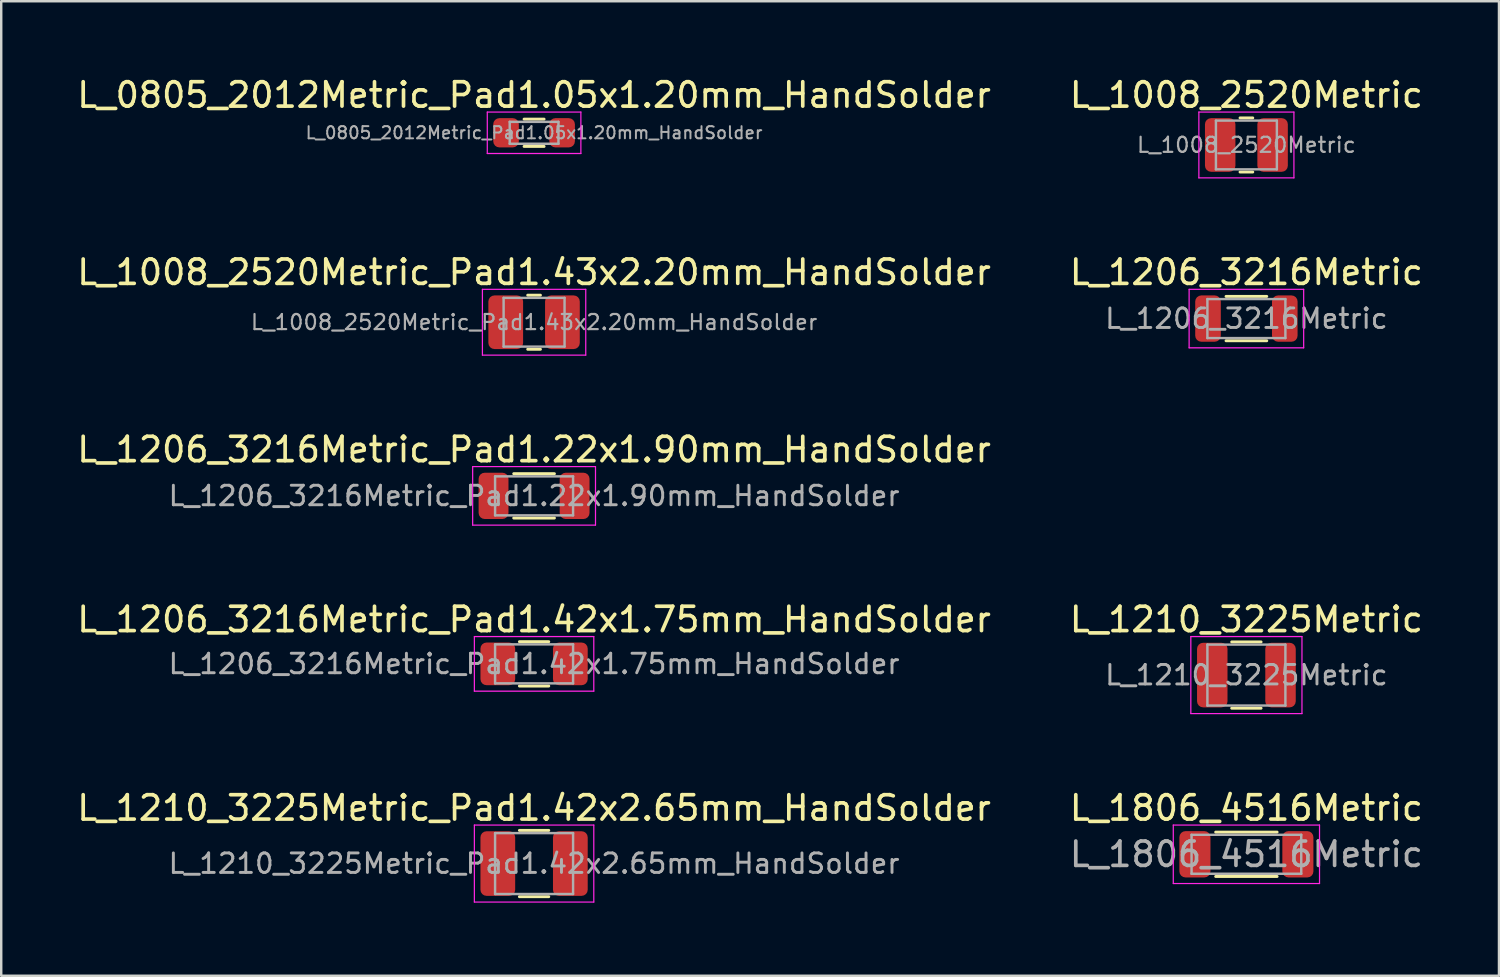
<source format=kicad_pcb>
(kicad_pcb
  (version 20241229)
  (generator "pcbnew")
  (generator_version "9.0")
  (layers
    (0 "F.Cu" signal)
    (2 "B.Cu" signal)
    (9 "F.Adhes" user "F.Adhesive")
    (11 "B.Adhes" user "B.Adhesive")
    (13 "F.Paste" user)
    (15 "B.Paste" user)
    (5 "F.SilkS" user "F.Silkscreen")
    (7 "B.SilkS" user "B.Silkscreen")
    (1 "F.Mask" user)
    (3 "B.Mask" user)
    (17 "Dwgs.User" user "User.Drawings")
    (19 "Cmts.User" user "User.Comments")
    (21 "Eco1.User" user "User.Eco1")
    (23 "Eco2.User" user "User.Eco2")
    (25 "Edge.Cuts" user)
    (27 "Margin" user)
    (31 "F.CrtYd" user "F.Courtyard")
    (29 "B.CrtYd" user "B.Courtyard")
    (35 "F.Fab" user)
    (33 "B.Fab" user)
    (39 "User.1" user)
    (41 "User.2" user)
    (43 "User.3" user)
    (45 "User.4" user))
  (footprint "L_1206_3216Metric_Pad1.22x1.90mm_HandSolder"
    (layer "F.Cu")
    (at 18.863 17.295)
    (property "Reference" "L_1206_3216Metric_Pad1.22x1.90mm_HandSolder" (at 0 -1.9 0) (layer "F.SilkS") (effects (font (size 1 1) (thickness 0.15))))
    (attr smd)
    (fp_line (start -0.835 -0.91) (end 0.835 -0.91) (stroke (width 0.12) (type solid)) (layer "F.SilkS"))
    (fp_line (start -0.835 0.91) (end 0.835 0.91) (stroke (width 0.12) (type solid)) (layer "F.SilkS"))
    (fp_line (start -2.52 -1.2) (end 2.52 -1.2) (stroke (width 0.05) (type solid)) (layer "F.CrtYd"))
    (fp_line (start -2.52 1.2) (end -2.52 -1.2) (stroke (width 0.05) (type solid)) (layer "F.CrtYd"))
    (fp_line (start 2.52 -1.2) (end 2.52 1.2) (stroke (width 0.05) (type solid)) (layer "F.CrtYd"))
    (fp_line (start 2.52 1.2) (end -2.52 1.2) (stroke (width 0.05) (type solid)) (layer "F.CrtYd"))
    (fp_line (start -1.6 -0.8) (end 1.6 -0.8) (stroke (width 0.1) (type solid)) (layer "F.Fab"))
    (fp_line (start -1.6 0.8) (end -1.6 -0.8) (stroke (width 0.1) (type solid)) (layer "F.Fab"))
    (fp_line (start 1.6 -0.8) (end 1.6 0.8) (stroke (width 0.1) (type solid)) (layer "F.Fab"))
    (fp_line (start 1.6 0.8) (end -1.6 0.8) (stroke (width 0.1) (type solid)) (layer "F.Fab"))
    (fp_text user "${REFERENCE}" (at 0 0 0) (layer "F.Fab") (effects (font (size 0.8 0.8) (thickness 0.12))))
    (pad "1" smd roundrect (at -1.663 0) (size 1.225 1.9) (layers "F.Cu" "F.Mask" "F.Paste") (roundrect_rratio 0.204))
    (pad "2" smd roundrect (at 1.663 0) (size 1.225 1.9) (layers "F.Cu" "F.Mask" "F.Paste") (roundrect_rratio 0.204)))
  (footprint "L_1008_2520Metric_Pad1.43x2.20mm_HandSolder"
    (layer "F.Cu")
    (at 18.863 10.171)
    (property "Reference" "L_1008_2520Metric_Pad1.43x2.20mm_HandSolder" (at 0 -2.05 0) (layer "F.SilkS") (effects (font (size 1 1) (thickness 0.15))))
    (attr smd)
    (fp_line (start -0.261 -1.11) (end 0.261 -1.11) (stroke (width 0.12) (type solid)) (layer "F.SilkS"))
    (fp_line (start -0.261 1.11) (end 0.261 1.11) (stroke (width 0.12) (type solid)) (layer "F.SilkS"))
    (fp_line (start -2.12 -1.35) (end 2.12 -1.35) (stroke (width 0.05) (type solid)) (layer "F.CrtYd"))
    (fp_line (start -2.12 1.35) (end -2.12 -1.35) (stroke (width 0.05) (type solid)) (layer "F.CrtYd"))
    (fp_line (start 2.12 -1.35) (end 2.12 1.35) (stroke (width 0.05) (type solid)) (layer "F.CrtYd"))
    (fp_line (start 2.12 1.35) (end -2.12 1.35) (stroke (width 0.05) (type solid)) (layer "F.CrtYd"))
    (fp_line (start -1.25 -1) (end 1.25 -1) (stroke (width 0.1) (type solid)) (layer "F.Fab"))
    (fp_line (start -1.25 1) (end -1.25 -1) (stroke (width 0.1) (type solid)) (layer "F.Fab"))
    (fp_line (start 1.25 -1) (end 1.25 1) (stroke (width 0.1) (type solid)) (layer "F.Fab"))
    (fp_line (start 1.25 1) (end -1.25 1) (stroke (width 0.1) (type solid)) (layer "F.Fab"))
    (fp_text user "${REFERENCE}" (at 0 0 0) (layer "F.Fab") (effects (font (size 0.62 0.62) (thickness 0.09))))
    (pad "1" smd roundrect (at -1.163 0) (size 1.425 2.2) (layers "F.Cu" "F.Mask" "F.Paste") (roundrect_rratio 0.175))
    (pad "2" smd roundrect (at 1.163 0) (size 1.425 2.2) (layers "F.Cu" "F.Mask" "F.Paste") (roundrect_rratio 0.175)))
  (footprint "L_0805_2012Metric_Pad1.05x1.20mm_HandSolder"
    (layer "F.Cu")
    (at 18.863 2.398)
    (property "Reference" "L_0805_2012Metric_Pad1.05x1.20mm_HandSolder" (at 0 -1.55 0) (layer "F.SilkS") (effects (font (size 1 1) (thickness 0.15))))
    (attr smd)
    (fp_line (start -0.41 -0.56) (end 0.41 -0.56) (stroke (width 0.12) (type solid)) (layer "F.SilkS"))
    (fp_line (start -0.41 0.56) (end 0.41 0.56) (stroke (width 0.12) (type solid)) (layer "F.SilkS"))
    (fp_line (start -1.92 -0.85) (end 1.92 -0.85) (stroke (width 0.05) (type solid)) (layer "F.CrtYd"))
    (fp_line (start -1.92 0.85) (end -1.92 -0.85) (stroke (width 0.05) (type solid)) (layer "F.CrtYd"))
    (fp_line (start 1.92 -0.85) (end 1.92 0.85) (stroke (width 0.05) (type solid)) (layer "F.CrtYd"))
    (fp_line (start 1.92 0.85) (end -1.92 0.85) (stroke (width 0.05) (type solid)) (layer "F.CrtYd"))
    (fp_line (start -1 -0.45) (end 1 -0.45) (stroke (width 0.1) (type solid)) (layer "F.Fab"))
    (fp_line (start -1 0.45) (end -1 -0.45) (stroke (width 0.1) (type solid)) (layer "F.Fab"))
    (fp_line (start 1 -0.45) (end 1 0.45) (stroke (width 0.1) (type solid)) (layer "F.Fab"))
    (fp_line (start 1 0.45) (end -1 0.45) (stroke (width 0.1) (type solid)) (layer "F.Fab"))
    (fp_text user "${REFERENCE}" (at 0 0 0) (layer "F.Fab") (effects (font (size 0.5 0.5) (thickness 0.08))))
    (pad "1" smd roundrect (at -1.15 0) (size 1.05 1.2) (layers "F.Cu" "F.Mask" "F.Paste") (roundrect_rratio 0.238))
    (pad "2" smd roundrect (at 1.15 0) (size 1.05 1.2) (layers "F.Cu" "F.Mask" "F.Paste") (roundrect_rratio 0.238)))
  (footprint "L_1008_2520Metric"
    (layer "F.Cu")
    (at 48.089 2.898)
    (property "Reference" "L_1008_2520Metric" (at 0 -2.05 0) (layer "F.SilkS") (effects (font (size 1 1) (thickness 0.15))))
    (attr smd)
    (fp_line (start -0.261 -1.11) (end 0.261 -1.11) (stroke (width 0.12) (type solid)) (layer "F.SilkS"))
    (fp_line (start -0.261 1.11) (end 0.261 1.11) (stroke (width 0.12) (type solid)) (layer "F.SilkS"))
    (fp_line (start -1.95 -1.35) (end 1.95 -1.35) (stroke (width 0.05) (type solid)) (layer "F.CrtYd"))
    (fp_line (start -1.95 1.35) (end -1.95 -1.35) (stroke (width 0.05) (type solid)) (layer "F.CrtYd"))
    (fp_line (start 1.95 -1.35) (end 1.95 1.35) (stroke (width 0.05) (type solid)) (layer "F.CrtYd"))
    (fp_line (start 1.95 1.35) (end -1.95 1.35) (stroke (width 0.05) (type solid)) (layer "F.CrtYd"))
    (fp_line (start -1.25 -1) (end 1.25 -1) (stroke (width 0.1) (type solid)) (layer "F.Fab"))
    (fp_line (start -1.25 1) (end -1.25 -1) (stroke (width 0.1) (type solid)) (layer "F.Fab"))
    (fp_line (start 1.25 -1) (end 1.25 1) (stroke (width 0.1) (type solid)) (layer "F.Fab"))
    (fp_line (start 1.25 1) (end -1.25 1) (stroke (width 0.1) (type solid)) (layer "F.Fab"))
    (fp_text user "${REFERENCE}" (at 0 0 0) (layer "F.Fab") (effects (font (size 0.62 0.62) (thickness 0.09))))
    (pad "1" smd roundrect (at -1.075 0) (size 1.25 2.2) (layers "F.Cu" "F.Mask" "F.Paste") (roundrect_rratio 0.2))
    (pad "2" smd roundrect (at 1.075 0) (size 1.25 2.2) (layers "F.Cu" "F.Mask" "F.Paste") (roundrect_rratio 0.2)))
  (footprint "L_1210_3225Metric"
    (layer "F.Cu")
    (at 48.089 24.648)
    (property "Reference" "L_1210_3225Metric" (at 0 -2.28 0) (layer "F.SilkS") (effects (font (size 1 1) (thickness 0.15))))
    (attr smd)
    (fp_line (start -0.602 -1.36) (end 0.602 -1.36) (stroke (width 0.12) (type solid)) (layer "F.SilkS"))
    (fp_line (start -0.602 1.36) (end 0.602 1.36) (stroke (width 0.12) (type solid)) (layer "F.SilkS"))
    (fp_line (start -2.28 -1.58) (end 2.28 -1.58) (stroke (width 0.05) (type solid)) (layer "F.CrtYd"))
    (fp_line (start -2.28 1.58) (end -2.28 -1.58) (stroke (width 0.05) (type solid)) (layer "F.CrtYd"))
    (fp_line (start 2.28 -1.58) (end 2.28 1.58) (stroke (width 0.05) (type solid)) (layer "F.CrtYd"))
    (fp_line (start 2.28 1.58) (end -2.28 1.58) (stroke (width 0.05) (type solid)) (layer "F.CrtYd"))
    (fp_line (start -1.6 -1.25) (end 1.6 -1.25) (stroke (width 0.1) (type solid)) (layer "F.Fab"))
    (fp_line (start -1.6 1.25) (end -1.6 -1.25) (stroke (width 0.1) (type solid)) (layer "F.Fab"))
    (fp_line (start 1.6 -1.25) (end 1.6 1.25) (stroke (width 0.1) (type solid)) (layer "F.Fab"))
    (fp_line (start 1.6 1.25) (end -1.6 1.25) (stroke (width 0.1) (type solid)) (layer "F.Fab"))
    (fp_text user "${REFERENCE}" (at 0 0 0) (layer "F.Fab") (effects (font (size 0.8 0.8) (thickness 0.12))))
    (pad "1" smd roundrect (at -1.4 0) (size 1.25 2.65) (layers "F.Cu" "F.Mask" "F.Paste") (roundrect_rratio 0.2))
    (pad "2" smd roundrect (at 1.4 0) (size 1.25 2.65) (layers "F.Cu" "F.Mask" "F.Paste") (roundrect_rratio 0.2)))
  (footprint "L_1210_3225Metric_Pad1.42x2.65mm_HandSolder"
    (layer "F.Cu")
    (at 18.863 32.381)
    (property "Reference" "L_1210_3225Metric_Pad1.42x2.65mm_HandSolder" (at 0 -2.28 0) (layer "F.SilkS") (effects (font (size 1 1) (thickness 0.15))))
    (attr smd)
    (fp_line (start -0.602 -1.36) (end 0.602 -1.36) (stroke (width 0.12) (type solid)) (layer "F.SilkS"))
    (fp_line (start -0.602 1.36) (end 0.602 1.36) (stroke (width 0.12) (type solid)) (layer "F.SilkS"))
    (fp_line (start -2.45 -1.58) (end 2.45 -1.58) (stroke (width 0.05) (type solid)) (layer "F.CrtYd"))
    (fp_line (start -2.45 1.58) (end -2.45 -1.58) (stroke (width 0.05) (type solid)) (layer "F.CrtYd"))
    (fp_line (start 2.45 -1.58) (end 2.45 1.58) (stroke (width 0.05) (type solid)) (layer "F.CrtYd"))
    (fp_line (start 2.45 1.58) (end -2.45 1.58) (stroke (width 0.05) (type solid)) (layer "F.CrtYd"))
    (fp_line (start -1.6 -1.25) (end 1.6 -1.25) (stroke (width 0.1) (type solid)) (layer "F.Fab"))
    (fp_line (start -1.6 1.25) (end -1.6 -1.25) (stroke (width 0.1) (type solid)) (layer "F.Fab"))
    (fp_line (start 1.6 -1.25) (end 1.6 1.25) (stroke (width 0.1) (type solid)) (layer "F.Fab"))
    (fp_line (start 1.6 1.25) (end -1.6 1.25) (stroke (width 0.1) (type solid)) (layer "F.Fab"))
    (fp_text user "${REFERENCE}" (at 0 0 0) (layer "F.Fab") (effects (font (size 0.8 0.8) (thickness 0.12))))
    (pad "1" smd roundrect (at -1.488 0) (size 1.425 2.65) (layers "F.Cu" "F.Mask" "F.Paste") (roundrect_rratio 0.175))
    (pad "2" smd roundrect (at 1.488 0) (size 1.425 2.65) (layers "F.Cu" "F.Mask" "F.Paste") (roundrect_rratio 0.175)))
  (footprint "L_1206_3216Metric_Pad1.42x1.75mm_HandSolder"
    (layer "F.Cu")
    (at 18.863 24.188)
    (property "Reference" "L_1206_3216Metric_Pad1.42x1.75mm_HandSolder" (at 0 -1.82 0) (layer "F.SilkS") (effects (font (size 1 1) (thickness 0.15))))
    (attr smd)
    (fp_line (start -0.602 -0.91) (end 0.602 -0.91) (stroke (width 0.12) (type solid)) (layer "F.SilkS"))
    (fp_line (start -0.602 0.91) (end 0.602 0.91) (stroke (width 0.12) (type solid)) (layer "F.SilkS"))
    (fp_line (start -2.45 -1.12) (end 2.45 -1.12) (stroke (width 0.05) (type solid)) (layer "F.CrtYd"))
    (fp_line (start -2.45 1.12) (end -2.45 -1.12) (stroke (width 0.05) (type solid)) (layer "F.CrtYd"))
    (fp_line (start 2.45 -1.12) (end 2.45 1.12) (stroke (width 0.05) (type solid)) (layer "F.CrtYd"))
    (fp_line (start 2.45 1.12) (end -2.45 1.12) (stroke (width 0.05) (type solid)) (layer "F.CrtYd"))
    (fp_line (start -1.6 -0.8) (end 1.6 -0.8) (stroke (width 0.1) (type solid)) (layer "F.Fab"))
    (fp_line (start -1.6 0.8) (end -1.6 -0.8) (stroke (width 0.1) (type solid)) (layer "F.Fab"))
    (fp_line (start 1.6 -0.8) (end 1.6 0.8) (stroke (width 0.1) (type solid)) (layer "F.Fab"))
    (fp_line (start 1.6 0.8) (end -1.6 0.8) (stroke (width 0.1) (type solid)) (layer "F.Fab"))
    (fp_text user "${REFERENCE}" (at 0 0 0) (layer "F.Fab") (effects (font (size 0.8 0.8) (thickness 0.12))))
    (pad "1" smd roundrect (at -1.488 0) (size 1.425 1.75) (layers "F.Cu" "F.Mask" "F.Paste") (roundrect_rratio 0.175))
    (pad "2" smd roundrect (at 1.488 0) (size 1.425 1.75) (layers "F.Cu" "F.Mask" "F.Paste") (roundrect_rratio 0.175)))
  (footprint "L_1206_3216Metric"
    (layer "F.Cu")
    (at 48.089 10.021)
    (property "Reference" "L_1206_3216Metric" (at 0 -1.9 0) (layer "F.SilkS") (effects (font (size 1 1) (thickness 0.15))))
    (attr smd)
    (fp_line (start -0.835 -0.91) (end 0.835 -0.91) (stroke (width 0.12) (type solid)) (layer "F.SilkS"))
    (fp_line (start -0.835 0.91) (end 0.835 0.91) (stroke (width 0.12) (type solid)) (layer "F.SilkS"))
    (fp_line (start -2.35 -1.2) (end 2.35 -1.2) (stroke (width 0.05) (type solid)) (layer "F.CrtYd"))
    (fp_line (start -2.35 1.2) (end -2.35 -1.2) (stroke (width 0.05) (type solid)) (layer "F.CrtYd"))
    (fp_line (start 2.35 -1.2) (end 2.35 1.2) (stroke (width 0.05) (type solid)) (layer "F.CrtYd"))
    (fp_line (start 2.35 1.2) (end -2.35 1.2) (stroke (width 0.05) (type solid)) (layer "F.CrtYd"))
    (fp_line (start -1.6 -0.8) (end 1.6 -0.8) (stroke (width 0.1) (type solid)) (layer "F.Fab"))
    (fp_line (start -1.6 0.8) (end -1.6 -0.8) (stroke (width 0.1) (type solid)) (layer "F.Fab"))
    (fp_line (start 1.6 -0.8) (end 1.6 0.8) (stroke (width 0.1) (type solid)) (layer "F.Fab"))
    (fp_line (start 1.6 0.8) (end -1.6 0.8) (stroke (width 0.1) (type solid)) (layer "F.Fab"))
    (fp_text user "${REFERENCE}" (at 0 0 0) (layer "F.Fab") (effects (font (size 0.8 0.8) (thickness 0.12))))
    (pad "1" smd roundrect (at -1.575 0) (size 1.05 1.9) (layers "F.Cu" "F.Mask" "F.Paste") (roundrect_rratio 0.238))
    (pad "2" smd roundrect (at 1.575 0) (size 1.05 1.9) (layers "F.Cu" "F.Mask" "F.Paste") (roundrect_rratio 0.238)))
  (footprint "L_1806_4516Metric"
    (layer "F.Cu")
    (at 48.089 32.001)
    (property "Reference" "L_1806_4516Metric" (at 0 -1.9 0) (layer "F.SilkS") (effects (font (size 1 1) (thickness 0.15))))
    (attr smd)
    (fp_line (start -1.26 -0.91) (end 1.26 -0.91) (stroke (width 0.12) (type solid)) (layer "F.SilkS"))
    (fp_line (start -1.26 0.91) (end 1.26 0.91) (stroke (width 0.12) (type solid)) (layer "F.SilkS"))
    (fp_line (start -3 -1.2) (end 3 -1.2) (stroke (width 0.05) (type solid)) (layer "F.CrtYd"))
    (fp_line (start -3 1.2) (end -3 -1.2) (stroke (width 0.05) (type solid)) (layer "F.CrtYd"))
    (fp_line (start 3 -1.2) (end 3 1.2) (stroke (width 0.05) (type solid)) (layer "F.CrtYd"))
    (fp_line (start 3 1.2) (end -3 1.2) (stroke (width 0.05) (type solid)) (layer "F.CrtYd"))
    (fp_line (start -2.25 -0.8) (end 2.25 -0.8) (stroke (width 0.1) (type solid)) (layer "F.Fab"))
    (fp_line (start -2.25 0.8) (end -2.25 -0.8) (stroke (width 0.1) (type solid)) (layer "F.Fab"))
    (fp_line (start 2.25 -0.8) (end 2.25 0.8) (stroke (width 0.1) (type solid)) (layer "F.Fab"))
    (fp_line (start 2.25 0.8) (end -2.25 0.8) (stroke (width 0.1) (type solid)) (layer "F.Fab"))
    (fp_text user "${REFERENCE}" (at 0 0 0) (layer "F.Fab") (effects (font (size 1 1) (thickness 0.15))))
    (pad "1" smd roundrect (at -2.112 0) (size 1.275 1.9) (layers "F.Cu" "F.Mask" "F.Paste") (roundrect_rratio 0.196))
    (pad "2" smd roundrect (at 2.112 0) (size 1.275 1.9) (layers "F.Cu" "F.Mask" "F.Paste") (roundrect_rratio 0.196)))
  (gr_rect
    (start -3 -3)
    (end 58.452 36.986)
    (stroke (width 0.1) (type default))
    (fill no)
    (layer "Edge.Cuts")))
</source>
